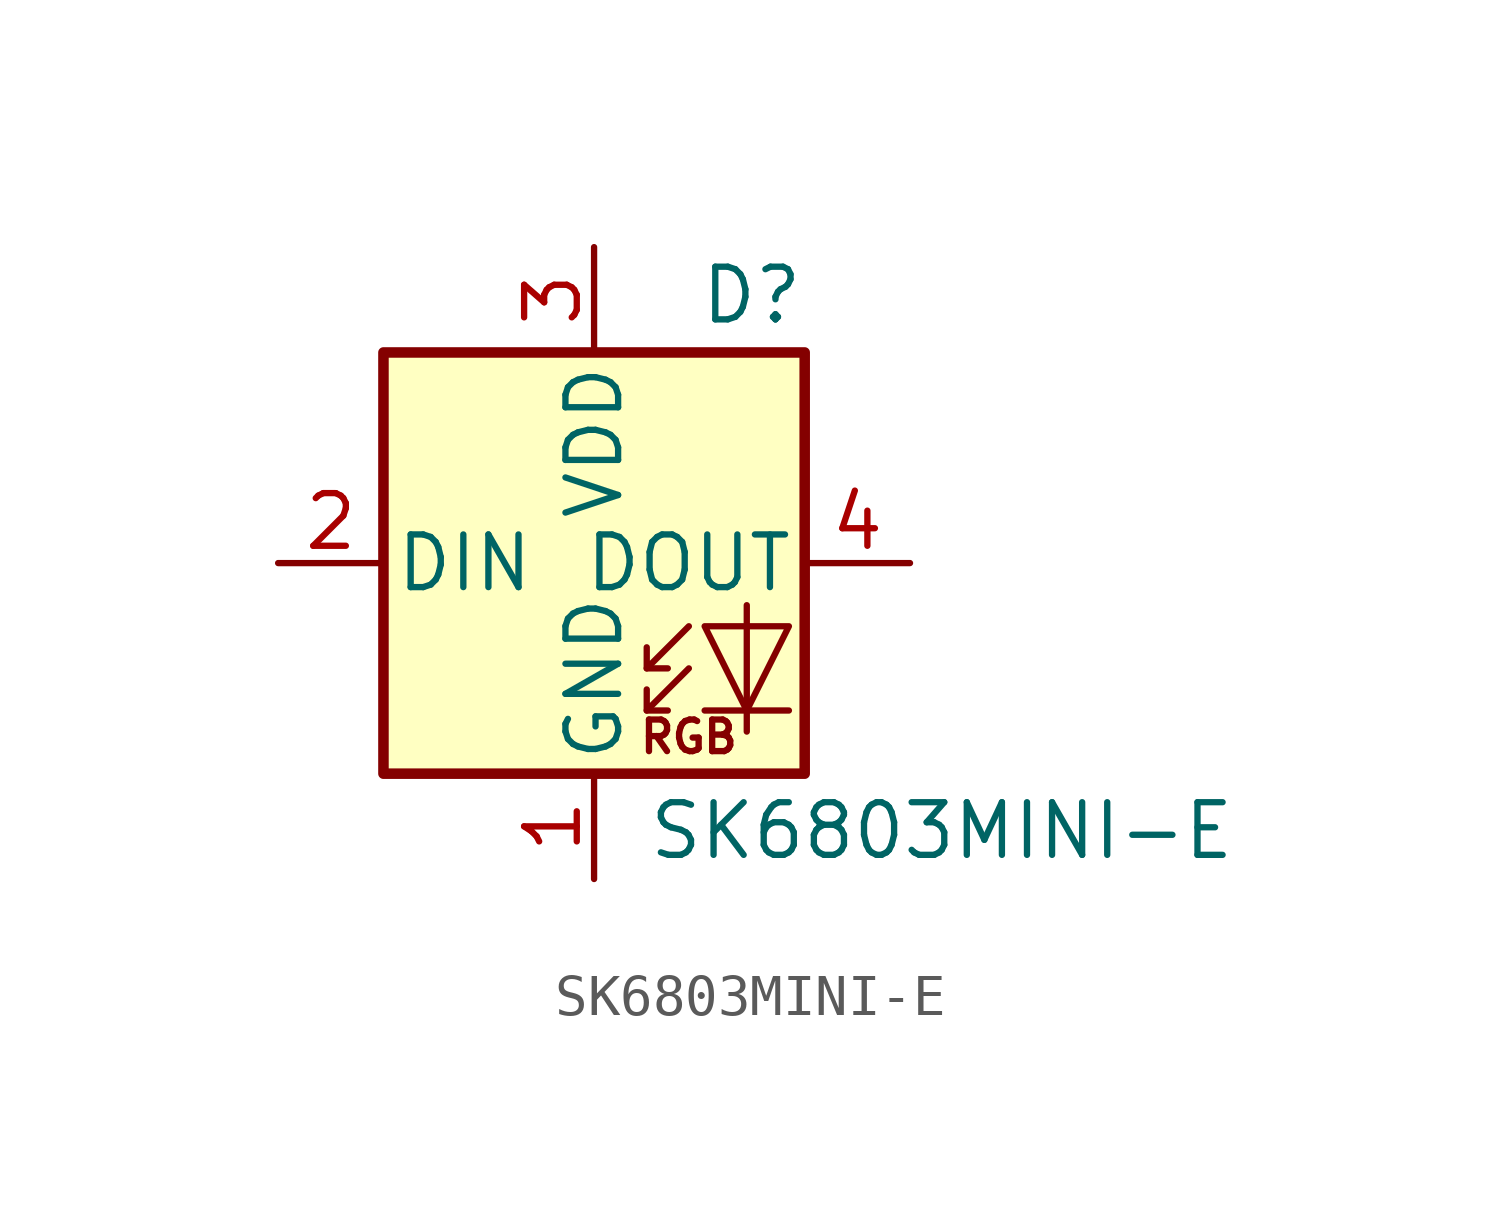
<source format=kicad_sym>
(kicad_symbol_lib
  (version 20211014)
  (generator kicad_symbol_editor)
  (symbol "SK6803MINI-E"
    (pin_names
      (offset 0.254))
    (property "Reference" "D"
      (at 5.08 5.715 0)
      (effects (font (size 1.27 1.27)) (justify right bottom)))
    (property "Value" "SK6803MINI-E"
      (at 1.27 -5.715 0)
      (effects (font (size 1.27 1.27)) (justify left top)))
    (symbol "SK6803MINI-E_0_0"
      (text "RGB" (at 2.286 -4.191 0) (effects (font (size 0.762 0.762)))))
    (symbol "SK6803MINI-E_0_1"
      (polyline (pts (xy 1.27 -3.556) (xy 1.778 -3.556)) (stroke (width 0) (type default) (color 0 0 0 0)) (fill (type none)))
      (polyline (pts (xy 1.27 -2.54) (xy 1.778 -2.54)) (stroke (width 0) (type default) (color 0 0 0 0)) (fill (type none)))
      (polyline (pts (xy 4.699 -3.556) (xy 2.667 -3.556)) (stroke (width 0) (type default) (color 0 0 0 0)) (fill (type none)))
      (polyline (pts (xy 2.286 -2.54) (xy 1.27 -3.556) (xy 1.27 -3.048)) (stroke (width 0) (type default) (color 0 0 0 0)) (fill (type none)))
      (polyline (pts (xy 2.286 -1.524) (xy 1.27 -2.54) (xy 1.27 -2.032)) (stroke (width 0) (type default) (color 0 0 0 0)) (fill (type none)))
      (polyline (pts (xy 3.683 -1.016) (xy 3.683 -3.556) (xy 3.683 -4.064)) (stroke (width 0) (type default) (color 0 0 0 0)) (fill (type none)))
      (polyline (pts (xy 4.699 -1.524) (xy 2.667 -1.524) (xy 3.683 -3.556) (xy 4.699 -1.524)) (stroke (width 0) (type default) (color 0 0 0 0)) (fill (type none)))
      (rectangle (start 5.08 5.08) (end -5.08 -5.08) (stroke (width 0.254) (type default) (color 0 0 0 0)) (fill (type background))))
    (symbol "SK6803MINI-E_1_1"
      (pin power_in line (at 0 -7.62 90) (length 2.54) (name "GND" (effects (font (size 1.27 1.27)))) (number "1" (effects (font (size 1.27 1.27)))))
      (pin input line (at -7.62 0 0) (length 2.54) (name "DIN" (effects (font (size 1.27 1.27)))) (number "2" (effects (font (size 1.27 1.27)))))
      (pin power_in line (at 0 7.62 270) (length 2.54) (name "VDD" (effects (font (size 1.27 1.27)))) (number "3" (effects (font (size 1.27 1.27)))))
      (pin output line (at 7.62 0 180) (length 2.54) (name "DOUT" (effects (font (size 1.27 1.27)))) (number "4" (effects (font (size 1.27 1.27))))))))
</source>
